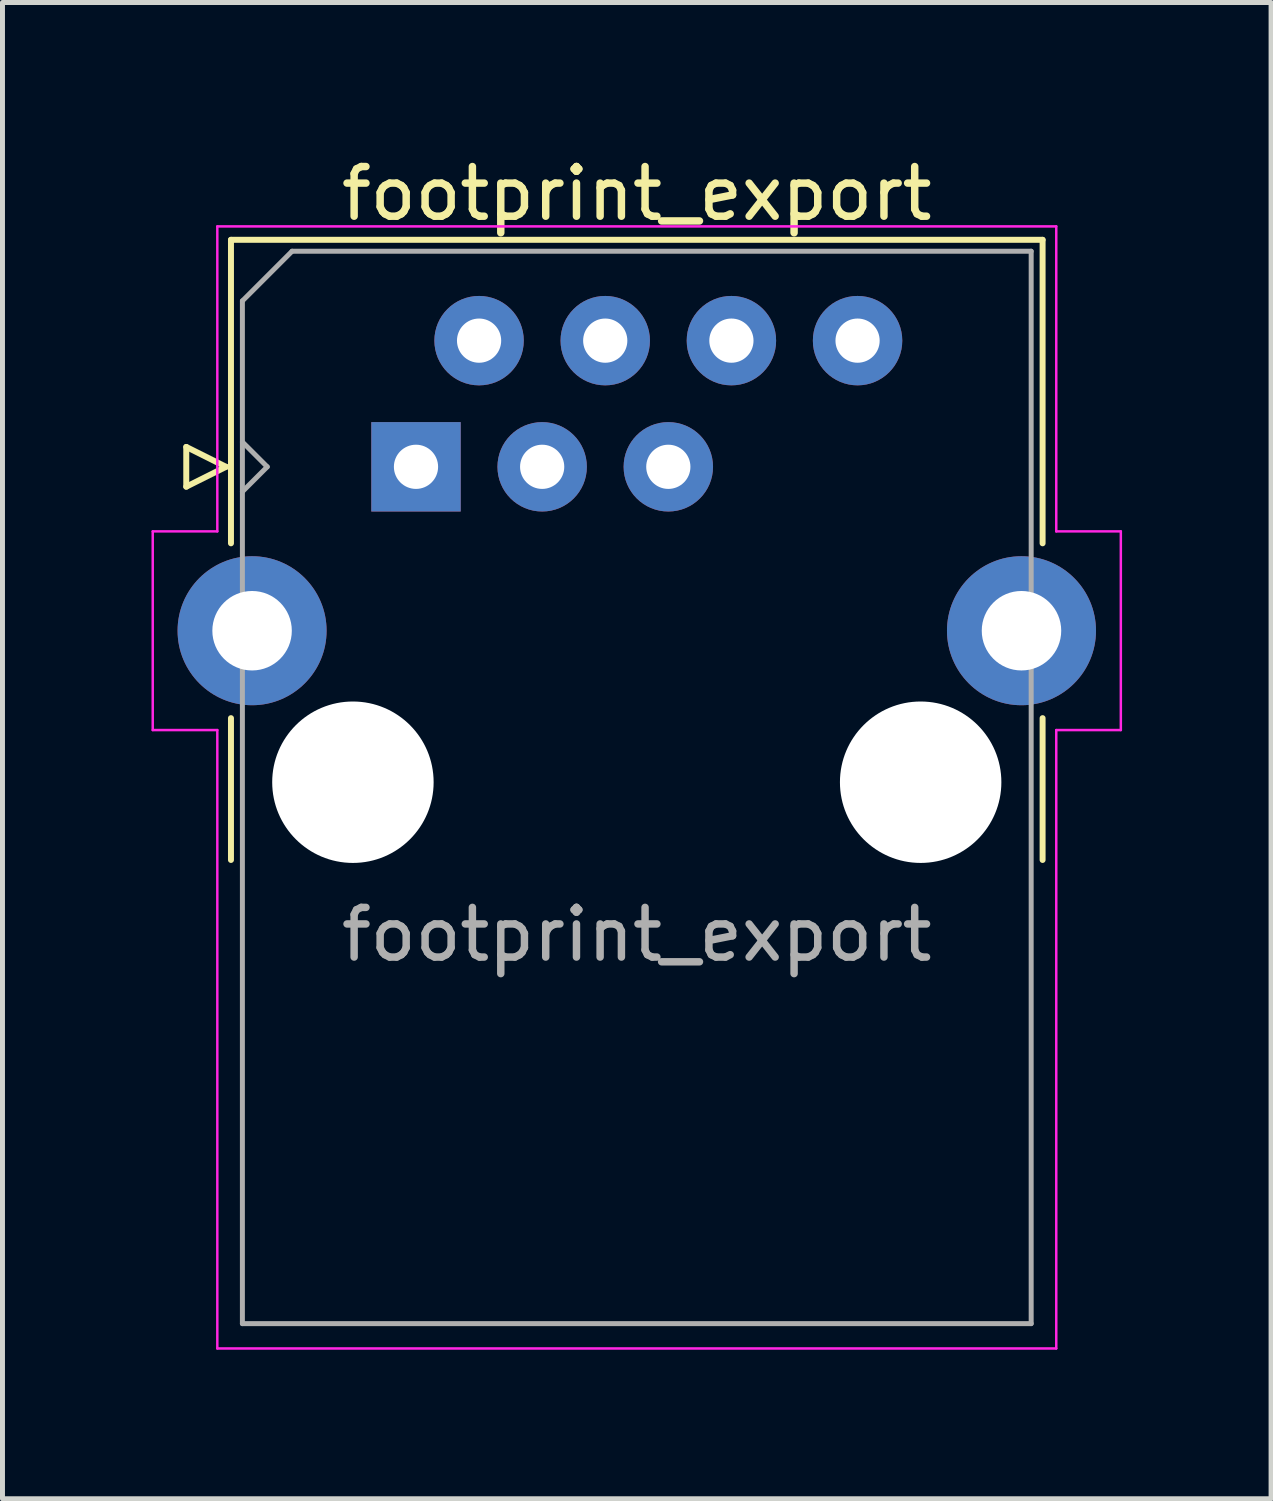
<source format=kicad_pcb>
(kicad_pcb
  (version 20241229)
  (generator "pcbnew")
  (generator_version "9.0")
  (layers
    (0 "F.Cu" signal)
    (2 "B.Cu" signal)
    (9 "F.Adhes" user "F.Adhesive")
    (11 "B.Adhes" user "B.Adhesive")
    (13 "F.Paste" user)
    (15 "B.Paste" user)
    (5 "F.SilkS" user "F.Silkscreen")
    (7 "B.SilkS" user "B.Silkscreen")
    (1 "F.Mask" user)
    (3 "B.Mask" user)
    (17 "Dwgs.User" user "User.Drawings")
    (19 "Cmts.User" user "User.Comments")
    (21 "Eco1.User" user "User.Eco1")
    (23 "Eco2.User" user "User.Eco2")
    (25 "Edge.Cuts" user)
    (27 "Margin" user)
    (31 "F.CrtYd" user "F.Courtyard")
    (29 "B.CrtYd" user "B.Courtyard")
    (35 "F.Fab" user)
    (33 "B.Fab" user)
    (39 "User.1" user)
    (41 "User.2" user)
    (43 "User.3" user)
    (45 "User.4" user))
  (footprint "footprint_export"
    (layer "F.Cu")
    (at 5.325 6.348)
    (property "Reference" "footprint_export" (at 4.445 -5.5 0) (layer "F.SilkS") (effects (font (size 1 1) (thickness 0.15))))
    (attr through_hole)
    (fp_line (start -4.625 -0.4) (end -4.625 0.4) (stroke (width 0.12) (type solid)) (layer "F.SilkS"))
    (fp_line (start -4.625 0.4) (end -3.825 0) (stroke (width 0.12) (type solid)) (layer "F.SilkS"))
    (fp_line (start -3.825 0) (end -4.625 -0.4) (stroke (width 0.12) (type solid)) (layer "F.SilkS"))
    (fp_line (start -3.725 -4.57) (end -3.725 1.54) (stroke (width 0.12) (type solid)) (layer "F.SilkS"))
    (fp_line (start -3.725 7.915) (end -3.725 5.06) (stroke (width 0.12) (type solid)) (layer "F.SilkS"))
    (fp_line (start 12.615 -4.57) (end -3.725 -4.57) (stroke (width 0.12) (type solid)) (layer "F.SilkS"))
    (fp_line (start 12.615 -4.57) (end 12.615 1.54) (stroke (width 0.12) (type solid)) (layer "F.SilkS"))
    (fp_line (start 12.615 7.915) (end 12.615 5.06) (stroke (width 0.12) (type solid)) (layer "F.SilkS"))
    (fp_line (start -5.3 1.3) (end -5.3 5.3) (stroke (width 0.05) (type default)) (layer "F.CrtYd"))
    (fp_line (start -5.3 5.3) (end -4 5.3) (stroke (width 0.05) (type default)) (layer "F.CrtYd"))
    (fp_line (start -4 -4.84) (end -4 1.3) (stroke (width 0.05) (type default)) (layer "F.CrtYd"))
    (fp_line (start -4 1.3) (end -5.3 1.3) (stroke (width 0.05) (type default)) (layer "F.CrtYd"))
    (fp_line (start -4 5.3) (end -4 17.75) (stroke (width 0.05) (type default)) (layer "F.CrtYd"))
    (fp_line (start -4 17.75) (end 12.89 17.75) (stroke (width 0.05) (type default)) (layer "F.CrtYd"))
    (fp_line (start 12.89 -4.84) (end -4 -4.84) (stroke (width 0.05) (type default)) (layer "F.CrtYd"))
    (fp_line (start 12.89 1.3) (end 12.89 -4.84) (stroke (width 0.05) (type default)) (layer "F.CrtYd"))
    (fp_line (start 12.89 5.3) (end 14.19 5.3) (stroke (width 0.05) (type default)) (layer "F.CrtYd"))
    (fp_line (start 12.89 17.75) (end 12.89 5.3) (stroke (width 0.05) (type default)) (layer "F.CrtYd"))
    (fp_line (start 14.19 1.3) (end 12.89 1.3) (stroke (width 0.05) (type default)) (layer "F.CrtYd"))
    (fp_line (start 14.19 5.3) (end 14.19 1.3) (stroke (width 0.05) (type default)) (layer "F.CrtYd"))
    (fp_line (start -3.495 -3.34) (end -2.495 -4.34) (stroke (width 0.1) (type default)) (layer "F.Fab"))
    (fp_line (start -3.495 0.5) (end -2.995 0) (stroke (width 0.1) (type default)) (layer "F.Fab"))
    (fp_line (start -3.495 17.25) (end -3.495 -3.34) (stroke (width 0.1) (type solid)) (layer "F.Fab"))
    (fp_line (start -2.995 0) (end -3.495 -0.5) (stroke (width 0.1) (type default)) (layer "F.Fab"))
    (fp_line (start -2.495 -4.34) (end 12.385 -4.34) (stroke (width 0.1) (type solid)) (layer "F.Fab"))
    (fp_line (start 12.385 -4.34) (end 12.385 17.25) (stroke (width 0.1) (type solid)) (layer "F.Fab"))
    (fp_line (start 12.385 17.25) (end -3.495 17.25) (stroke (width 0.1) (type solid)) (layer "F.Fab"))
    (fp_text user "${REFERENCE}" (at 4.445 10 0) (unlocked yes) (layer "F.Fab") (effects (font (size 1 1) (thickness 0.15)) (justify bottom)))
    (pad "" np_thru_hole circle (at -1.27 6.35) (size 3.25 3.25) (drill 3.25) (layers "*.Cu" "*.Mask"))
    (pad "" np_thru_hole circle (at 10.16 6.35) (size 3.25 3.25) (drill 3.25) (layers "*.Cu" "*.Mask"))
    (pad "1" thru_hole rect (at 0 0) (size 1.8 1.8) (drill 0.89) (layers "*.Cu" "*.Mask"))
    (pad "2" thru_hole circle (at 1.27 -2.54) (size 1.8 1.8) (drill 0.89) (layers "*.Cu" "*.Mask"))
    (pad "3" thru_hole circle (at 2.54 0) (size 1.8 1.8) (drill 0.89) (layers "*.Cu" "*.Mask"))
    (pad "4" thru_hole circle (at 3.81 -2.54) (size 1.8 1.8) (drill 0.89) (layers "*.Cu" "*.Mask"))
    (pad "5" thru_hole circle (at 5.08 0) (size 1.8 1.8) (drill 0.89) (layers "*.Cu" "*.Mask"))
    (pad "6" thru_hole circle (at 6.35 -2.54) (size 1.8 1.8) (drill 0.89) (layers "*.Cu" "*.Mask"))
    (pad "8" thru_hole circle (at 8.89 -2.54) (size 1.8 1.8) (drill 0.89) (layers "*.Cu" "*.Mask"))
    (pad "SH" thru_hole circle (at -3.3 3.3) (size 3 3) (drill 1.6) (layers "*.Cu" "*.Mask"))
    (pad "SH" thru_hole circle (at 12.19 3.3) (size 3 3) (drill 1.6) (layers "*.Cu" "*.Mask")))
  (gr_rect
    (start -3 -3)
    (end 22.54 27.123)
    (stroke (width 0.1) (type default))
    (fill no)
    (layer "Edge.Cuts")))
</source>
